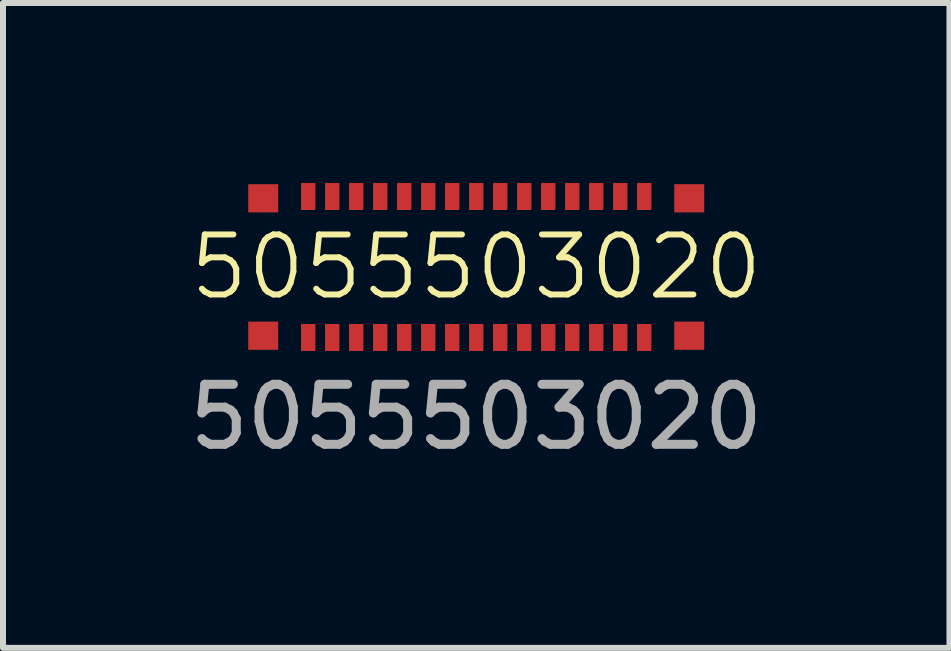
<source format=kicad_pcb>
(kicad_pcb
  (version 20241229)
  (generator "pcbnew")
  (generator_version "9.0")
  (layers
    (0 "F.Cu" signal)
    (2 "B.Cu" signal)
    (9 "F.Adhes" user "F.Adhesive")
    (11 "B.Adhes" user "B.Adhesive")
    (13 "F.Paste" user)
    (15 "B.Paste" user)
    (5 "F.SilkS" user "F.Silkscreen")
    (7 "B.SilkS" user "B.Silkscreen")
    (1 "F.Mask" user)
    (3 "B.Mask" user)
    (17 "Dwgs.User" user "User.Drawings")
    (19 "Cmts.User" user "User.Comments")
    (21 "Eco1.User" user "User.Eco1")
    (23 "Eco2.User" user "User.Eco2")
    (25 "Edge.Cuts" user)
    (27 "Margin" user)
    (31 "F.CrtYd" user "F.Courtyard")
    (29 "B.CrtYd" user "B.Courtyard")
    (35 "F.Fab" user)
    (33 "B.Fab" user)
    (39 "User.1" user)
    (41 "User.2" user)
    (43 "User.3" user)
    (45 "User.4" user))
  (footprint "5055503020"
    (layer "F.Cu")
    (at 4.887 1.4)
    (property "Reference" "5055503020" (at 0 0 0) (unlocked yes) (layer "F.SilkS") (effects (font (size 1 1) (thickness 0.1))))
    (attr smd)
    (fp_text user "${REFERENCE}" (at 0 2.5 0) (unlocked yes) (layer "F.Fab") (effects (font (size 1 1) (thickness 0.15))))
    (pad "1" smd rect (at -2.8 1.175) (size 0.24 0.45) (layers "F.Cu" "F.Mask" "F.Paste"))
    (pad "2" smd rect (at -2.4 1.175) (size 0.24 0.45) (layers "F.Cu" "F.Mask" "F.Paste"))
    (pad "3" smd rect (at -2 1.175) (size 0.24 0.45) (layers "F.Cu" "F.Mask" "F.Paste"))
    (pad "4" smd rect (at -1.6 1.175) (size 0.24 0.45) (layers "F.Cu" "F.Mask" "F.Paste"))
    (pad "5" smd rect (at -1.2 1.175) (size 0.24 0.45) (layers "F.Cu" "F.Mask" "F.Paste"))
    (pad "6" smd rect (at -0.8 1.175) (size 0.24 0.45) (layers "F.Cu" "F.Mask" "F.Paste"))
    (pad "7" smd rect (at -0.4 1.175) (size 0.24 0.45) (layers "F.Cu" "F.Mask" "F.Paste"))
    (pad "8" smd rect (at 0 1.175) (size 0.24 0.45) (layers "F.Cu" "F.Mask" "F.Paste"))
    (pad "9" smd rect (at 0.4 1.175) (size 0.24 0.45) (layers "F.Cu" "F.Mask" "F.Paste"))
    (pad "10" smd rect (at 0.8 1.175) (size 0.24 0.45) (layers "F.Cu" "F.Mask" "F.Paste"))
    (pad "11" smd rect (at 1.2 1.175) (size 0.24 0.45) (layers "F.Cu" "F.Mask" "F.Paste"))
    (pad "12" smd rect (at 1.6 1.175) (size 0.24 0.45) (layers "F.Cu" "F.Mask" "F.Paste"))
    (pad "13" smd rect (at 2 1.175) (size 0.24 0.45) (layers "F.Cu" "F.Mask" "F.Paste"))
    (pad "14" smd rect (at 2.4 1.175) (size 0.24 0.45) (layers "F.Cu" "F.Mask" "F.Paste"))
    (pad "15" smd rect (at 2.8 1.175) (size 0.24 0.45) (layers "F.Cu" "F.Mask" "F.Paste"))
    (pad "16" smd rect (at 2.8 -1.175) (size 0.24 0.45) (layers "F.Cu" "F.Mask" "F.Paste"))
    (pad "17" smd rect (at 2.4 -1.175) (size 0.24 0.45) (layers "F.Cu" "F.Mask" "F.Paste"))
    (pad "18" smd rect (at 2 -1.175) (size 0.24 0.45) (layers "F.Cu" "F.Mask" "F.Paste"))
    (pad "19" smd rect (at 1.6 -1.175) (size 0.24 0.45) (layers "F.Cu" "F.Mask" "F.Paste"))
    (pad "20" smd rect (at 1.2 -1.175) (size 0.24 0.45) (layers "F.Cu" "F.Mask" "F.Paste"))
    (pad "21" smd rect (at 0.8 -1.175) (size 0.24 0.45) (layers "F.Cu" "F.Mask" "F.Paste"))
    (pad "22" smd rect (at 0.4 -1.175) (size 0.24 0.45) (layers "F.Cu" "F.Mask" "F.Paste"))
    (pad "23" smd rect (at 0 -1.175) (size 0.24 0.45) (layers "F.Cu" "F.Mask" "F.Paste"))
    (pad "24" smd rect (at -0.4 -1.175) (size 0.24 0.45) (layers "F.Cu" "F.Mask" "F.Paste"))
    (pad "25" smd rect (at -0.8 -1.175) (size 0.24 0.45) (layers "F.Cu" "F.Mask" "F.Paste"))
    (pad "26" smd rect (at -1.2 -1.175) (size 0.24 0.45) (layers "F.Cu" "F.Mask" "F.Paste"))
    (pad "27" smd rect (at -1.6 -1.175) (size 0.24 0.45) (layers "F.Cu" "F.Mask" "F.Paste"))
    (pad "28" smd rect (at -2 -1.175) (size 0.24 0.45) (layers "F.Cu" "F.Mask" "F.Paste"))
    (pad "29" smd rect (at -2.4 -1.175) (size 0.24 0.45) (layers "F.Cu" "F.Mask" "F.Paste"))
    (pad "30" smd rect (at -2.8 -1.175) (size 0.24 0.45) (layers "F.Cu" "F.Mask" "F.Paste"))
    (pad "31" smd rect (at -3.55 1.145) (size 0.5 0.47) (layers "F.Cu" "F.Mask" "F.Paste"))
    (pad "32" smd rect (at 3.55 1.145) (size 0.5 0.47) (layers "F.Cu" "F.Mask" "F.Paste"))
    (pad "33" smd rect (at 3.55 -1.145) (size 0.5 0.47) (layers "F.Cu" "F.Mask" "F.Paste"))
    (pad "34" smd rect (at -3.55 -1.145) (size 0.5 0.47) (layers "F.Cu" "F.Mask" "F.Paste")))
  (gr_rect
    (start -3 -3)
    (end 12.774 7.748)
    (stroke (width 0.1) (type default))
    (fill no)
    (layer "Edge.Cuts")))
</source>
